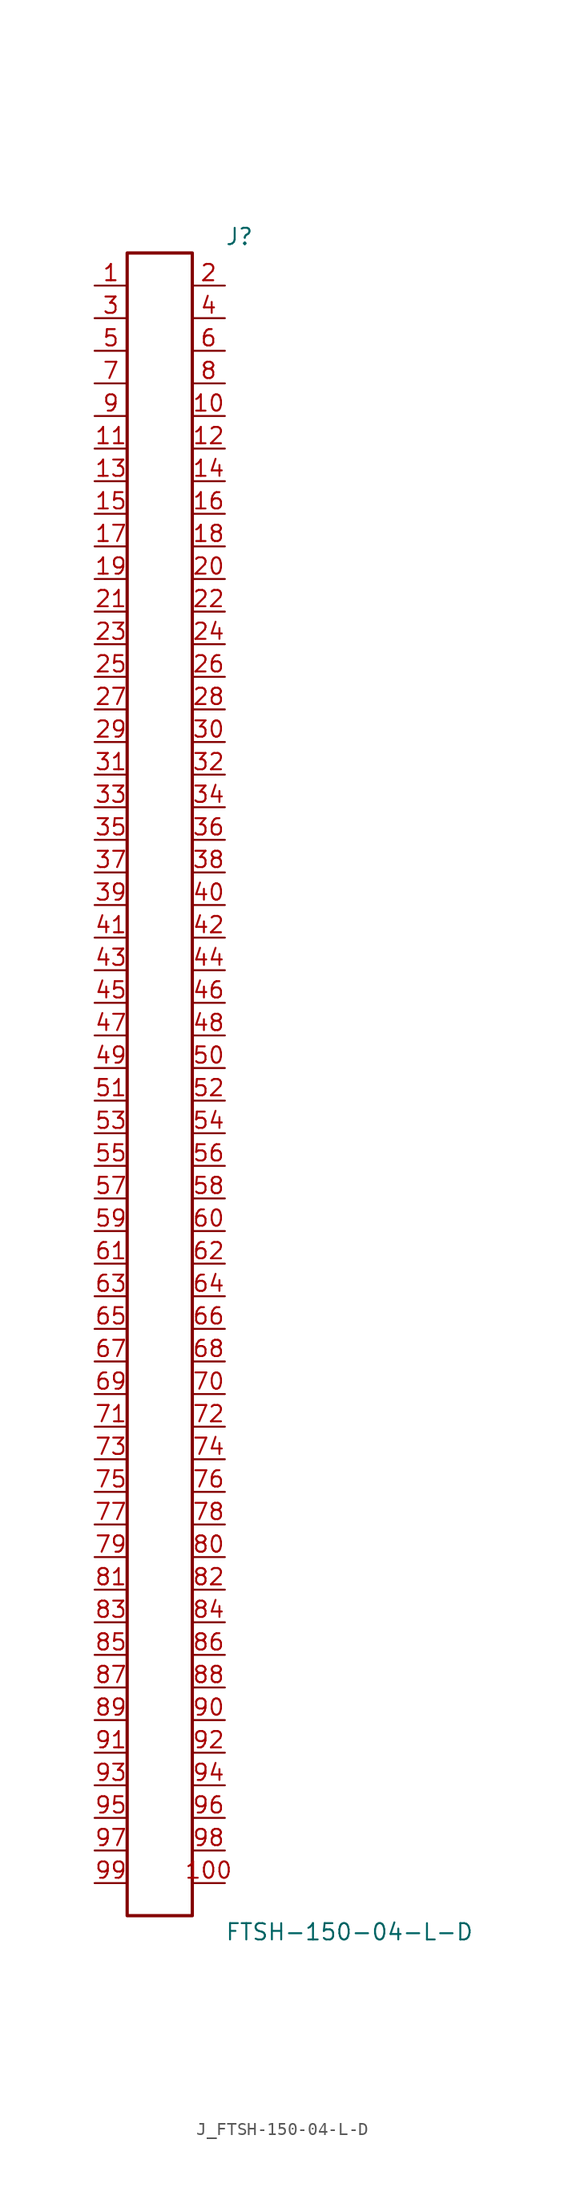
<source format=kicad_sym>
(kicad_symbol_lib
  (version 20231120)
  (generator kicad_symbol_editor)
  (generator_version 8.0)
  (symbol "J_FTSH-150-04-L-D"
    (pin_names
      (offset 0.254))
    (property "Reference" "J"
      (at 5.08 66.04 0)
      (effects (font (size 1.27 1.27)) (justify left)))
    (property "Value" "FTSH-150-04-L-D"
      (at 5.08 -66.04 0)
      (effects (font (size 1.27 1.27)) (justify left)))
    (symbol "J_FTSH-150-04-L-D_0_0"
      (pin passive line (at -5.08 62.23 0) (length 2.54) (name "" (effects (font (size 1.27 1.27)))) (number "1" (effects (font (size 1.27 1.27)))))
      (pin passive line (at 5.08 62.23 180) (length 2.54) (name "" (effects (font (size 1.27 1.27)))) (number "2" (effects (font (size 1.27 1.27)))))
      (pin passive line (at -5.08 59.69 0) (length 2.54) (name "" (effects (font (size 1.27 1.27)))) (number "3" (effects (font (size 1.27 1.27)))))
      (pin passive line (at 5.08 59.69 180) (length 2.54) (name "" (effects (font (size 1.27 1.27)))) (number "4" (effects (font (size 1.27 1.27)))))
      (pin passive line (at -5.08 57.15 0) (length 2.54) (name "" (effects (font (size 1.27 1.27)))) (number "5" (effects (font (size 1.27 1.27)))))
      (pin passive line (at 5.08 57.15 180) (length 2.54) (name "" (effects (font (size 1.27 1.27)))) (number "6" (effects (font (size 1.27 1.27)))))
      (pin passive line (at -5.08 54.61 0) (length 2.54) (name "" (effects (font (size 1.27 1.27)))) (number "7" (effects (font (size 1.27 1.27)))))
      (pin passive line (at 5.08 54.61 180) (length 2.54) (name "" (effects (font (size 1.27 1.27)))) (number "8" (effects (font (size 1.27 1.27)))))
      (pin passive line (at -5.08 52.07 0) (length 2.54) (name "" (effects (font (size 1.27 1.27)))) (number "9" (effects (font (size 1.27 1.27)))))
      (pin passive line (at 5.08 52.07 180) (length 2.54) (name "" (effects (font (size 1.27 1.27)))) (number "10" (effects (font (size 1.27 1.27)))))
      (pin passive line (at -5.08 49.53 0) (length 2.54) (name "" (effects (font (size 1.27 1.27)))) (number "11" (effects (font (size 1.27 1.27)))))
      (pin passive line (at 5.08 49.53 180) (length 2.54) (name "" (effects (font (size 1.27 1.27)))) (number "12" (effects (font (size 1.27 1.27)))))
      (pin passive line (at -5.08 46.99 0) (length 2.54) (name "" (effects (font (size 1.27 1.27)))) (number "13" (effects (font (size 1.27 1.27)))))
      (pin passive line (at 5.08 46.99 180) (length 2.54) (name "" (effects (font (size 1.27 1.27)))) (number "14" (effects (font (size 1.27 1.27)))))
      (pin passive line (at -5.08 44.45 0) (length 2.54) (name "" (effects (font (size 1.27 1.27)))) (number "15" (effects (font (size 1.27 1.27)))))
      (pin passive line (at 5.08 44.45 180) (length 2.54) (name "" (effects (font (size 1.27 1.27)))) (number "16" (effects (font (size 1.27 1.27)))))
      (pin passive line (at -5.08 41.91 0) (length 2.54) (name "" (effects (font (size 1.27 1.27)))) (number "17" (effects (font (size 1.27 1.27)))))
      (pin passive line (at 5.08 41.91 180) (length 2.54) (name "" (effects (font (size 1.27 1.27)))) (number "18" (effects (font (size 1.27 1.27)))))
      (pin passive line (at -5.08 39.37 0) (length 2.54) (name "" (effects (font (size 1.27 1.27)))) (number "19" (effects (font (size 1.27 1.27)))))
      (pin passive line (at 5.08 39.37 180) (length 2.54) (name "" (effects (font (size 1.27 1.27)))) (number "20" (effects (font (size 1.27 1.27)))))
      (pin passive line (at -5.08 36.83 0) (length 2.54) (name "" (effects (font (size 1.27 1.27)))) (number "21" (effects (font (size 1.27 1.27)))))
      (pin passive line (at 5.08 36.83 180) (length 2.54) (name "" (effects (font (size 1.27 1.27)))) (number "22" (effects (font (size 1.27 1.27)))))
      (pin passive line (at -5.08 34.29 0) (length 2.54) (name "" (effects (font (size 1.27 1.27)))) (number "23" (effects (font (size 1.27 1.27)))))
      (pin passive line (at 5.08 34.29 180) (length 2.54) (name "" (effects (font (size 1.27 1.27)))) (number "24" (effects (font (size 1.27 1.27)))))
      (pin passive line (at -5.08 31.75 0) (length 2.54) (name "" (effects (font (size 1.27 1.27)))) (number "25" (effects (font (size 1.27 1.27)))))
      (pin passive line (at 5.08 31.75 180) (length 2.54) (name "" (effects (font (size 1.27 1.27)))) (number "26" (effects (font (size 1.27 1.27)))))
      (pin passive line (at -5.08 29.21 0) (length 2.54) (name "" (effects (font (size 1.27 1.27)))) (number "27" (effects (font (size 1.27 1.27)))))
      (pin passive line (at 5.08 29.21 180) (length 2.54) (name "" (effects (font (size 1.27 1.27)))) (number "28" (effects (font (size 1.27 1.27)))))
      (pin passive line (at -5.08 26.67 0) (length 2.54) (name "" (effects (font (size 1.27 1.27)))) (number "29" (effects (font (size 1.27 1.27)))))
      (pin passive line (at 5.08 26.67 180) (length 2.54) (name "" (effects (font (size 1.27 1.27)))) (number "30" (effects (font (size 1.27 1.27)))))
      (pin passive line (at -5.08 24.13 0) (length 2.54) (name "" (effects (font (size 1.27 1.27)))) (number "31" (effects (font (size 1.27 1.27)))))
      (pin passive line (at 5.08 24.13 180) (length 2.54) (name "" (effects (font (size 1.27 1.27)))) (number "32" (effects (font (size 1.27 1.27)))))
      (pin passive line (at -5.08 21.59 0) (length 2.54) (name "" (effects (font (size 1.27 1.27)))) (number "33" (effects (font (size 1.27 1.27)))))
      (pin passive line (at 5.08 21.59 180) (length 2.54) (name "" (effects (font (size 1.27 1.27)))) (number "34" (effects (font (size 1.27 1.27)))))
      (pin passive line (at -5.08 19.05 0) (length 2.54) (name "" (effects (font (size 1.27 1.27)))) (number "35" (effects (font (size 1.27 1.27)))))
      (pin passive line (at 5.08 19.05 180) (length 2.54) (name "" (effects (font (size 1.27 1.27)))) (number "36" (effects (font (size 1.27 1.27)))))
      (pin passive line (at -5.08 16.51 0) (length 2.54) (name "" (effects (font (size 1.27 1.27)))) (number "37" (effects (font (size 1.27 1.27)))))
      (pin passive line (at 5.08 16.51 180) (length 2.54) (name "" (effects (font (size 1.27 1.27)))) (number "38" (effects (font (size 1.27 1.27)))))
      (pin passive line (at -5.08 13.97 0) (length 2.54) (name "" (effects (font (size 1.27 1.27)))) (number "39" (effects (font (size 1.27 1.27)))))
      (pin passive line (at 5.08 13.97 180) (length 2.54) (name "" (effects (font (size 1.27 1.27)))) (number "40" (effects (font (size 1.27 1.27)))))
      (pin passive line (at -5.08 11.43 0) (length 2.54) (name "" (effects (font (size 1.27 1.27)))) (number "41" (effects (font (size 1.27 1.27)))))
      (pin passive line (at 5.08 11.43 180) (length 2.54) (name "" (effects (font (size 1.27 1.27)))) (number "42" (effects (font (size 1.27 1.27)))))
      (pin passive line (at -5.08 8.89 0) (length 2.54) (name "" (effects (font (size 1.27 1.27)))) (number "43" (effects (font (size 1.27 1.27)))))
      (pin passive line (at 5.08 8.89 180) (length 2.54) (name "" (effects (font (size 1.27 1.27)))) (number "44" (effects (font (size 1.27 1.27)))))
      (pin passive line (at -5.08 6.35 0) (length 2.54) (name "" (effects (font (size 1.27 1.27)))) (number "45" (effects (font (size 1.27 1.27)))))
      (pin passive line (at 5.08 6.35 180) (length 2.54) (name "" (effects (font (size 1.27 1.27)))) (number "46" (effects (font (size 1.27 1.27)))))
      (pin passive line (at -5.08 3.81 0) (length 2.54) (name "" (effects (font (size 1.27 1.27)))) (number "47" (effects (font (size 1.27 1.27)))))
      (pin passive line (at 5.08 3.81 180) (length 2.54) (name "" (effects (font (size 1.27 1.27)))) (number "48" (effects (font (size 1.27 1.27)))))
      (pin passive line (at -5.08 1.27 0) (length 2.54) (name "" (effects (font (size 1.27 1.27)))) (number "49" (effects (font (size 1.27 1.27)))))
      (pin passive line (at 5.08 1.27 180) (length 2.54) (name "" (effects (font (size 1.27 1.27)))) (number "50" (effects (font (size 1.27 1.27)))))
      (pin passive line (at -5.08 -1.27 0) (length 2.54) (name "" (effects (font (size 1.27 1.27)))) (number "51" (effects (font (size 1.27 1.27)))))
      (pin passive line (at 5.08 -1.27 180) (length 2.54) (name "" (effects (font (size 1.27 1.27)))) (number "52" (effects (font (size 1.27 1.27)))))
      (pin passive line (at -5.08 -3.81 0) (length 2.54) (name "" (effects (font (size 1.27 1.27)))) (number "53" (effects (font (size 1.27 1.27)))))
      (pin passive line (at 5.08 -3.81 180) (length 2.54) (name "" (effects (font (size 1.27 1.27)))) (number "54" (effects (font (size 1.27 1.27)))))
      (pin passive line (at -5.08 -6.35 0) (length 2.54) (name "" (effects (font (size 1.27 1.27)))) (number "55" (effects (font (size 1.27 1.27)))))
      (pin passive line (at 5.08 -6.35 180) (length 2.54) (name "" (effects (font (size 1.27 1.27)))) (number "56" (effects (font (size 1.27 1.27)))))
      (pin passive line (at -5.08 -8.89 0) (length 2.54) (name "" (effects (font (size 1.27 1.27)))) (number "57" (effects (font (size 1.27 1.27)))))
      (pin passive line (at 5.08 -8.89 180) (length 2.54) (name "" (effects (font (size 1.27 1.27)))) (number "58" (effects (font (size 1.27 1.27)))))
      (pin passive line (at -5.08 -11.43 0) (length 2.54) (name "" (effects (font (size 1.27 1.27)))) (number "59" (effects (font (size 1.27 1.27)))))
      (pin passive line (at 5.08 -11.43 180) (length 2.54) (name "" (effects (font (size 1.27 1.27)))) (number "60" (effects (font (size 1.27 1.27)))))
      (pin passive line (at -5.08 -13.97 0) (length 2.54) (name "" (effects (font (size 1.27 1.27)))) (number "61" (effects (font (size 1.27 1.27)))))
      (pin passive line (at 5.08 -13.97 180) (length 2.54) (name "" (effects (font (size 1.27 1.27)))) (number "62" (effects (font (size 1.27 1.27)))))
      (pin passive line (at -5.08 -16.51 0) (length 2.54) (name "" (effects (font (size 1.27 1.27)))) (number "63" (effects (font (size 1.27 1.27)))))
      (pin passive line (at 5.08 -16.51 180) (length 2.54) (name "" (effects (font (size 1.27 1.27)))) (number "64" (effects (font (size 1.27 1.27)))))
      (pin passive line (at -5.08 -19.05 0) (length 2.54) (name "" (effects (font (size 1.27 1.27)))) (number "65" (effects (font (size 1.27 1.27)))))
      (pin passive line (at 5.08 -19.05 180) (length 2.54) (name "" (effects (font (size 1.27 1.27)))) (number "66" (effects (font (size 1.27 1.27)))))
      (pin passive line (at -5.08 -21.59 0) (length 2.54) (name "" (effects (font (size 1.27 1.27)))) (number "67" (effects (font (size 1.27 1.27)))))
      (pin passive line (at 5.08 -21.59 180) (length 2.54) (name "" (effects (font (size 1.27 1.27)))) (number "68" (effects (font (size 1.27 1.27)))))
      (pin passive line (at -5.08 -24.13 0) (length 2.54) (name "" (effects (font (size 1.27 1.27)))) (number "69" (effects (font (size 1.27 1.27)))))
      (pin passive line (at 5.08 -24.13 180) (length 2.54) (name "" (effects (font (size 1.27 1.27)))) (number "70" (effects (font (size 1.27 1.27)))))
      (pin passive line (at -5.08 -26.67 0) (length 2.54) (name "" (effects (font (size 1.27 1.27)))) (number "71" (effects (font (size 1.27 1.27)))))
      (pin passive line (at 5.08 -26.67 180) (length 2.54) (name "" (effects (font (size 1.27 1.27)))) (number "72" (effects (font (size 1.27 1.27)))))
      (pin passive line (at -5.08 -29.21 0) (length 2.54) (name "" (effects (font (size 1.27 1.27)))) (number "73" (effects (font (size 1.27 1.27)))))
      (pin passive line (at 5.08 -29.21 180) (length 2.54) (name "" (effects (font (size 1.27 1.27)))) (number "74" (effects (font (size 1.27 1.27)))))
      (pin passive line (at -5.08 -31.75 0) (length 2.54) (name "" (effects (font (size 1.27 1.27)))) (number "75" (effects (font (size 1.27 1.27)))))
      (pin passive line (at 5.08 -31.75 180) (length 2.54) (name "" (effects (font (size 1.27 1.27)))) (number "76" (effects (font (size 1.27 1.27)))))
      (pin passive line (at -5.08 -34.29 0) (length 2.54) (name "" (effects (font (size 1.27 1.27)))) (number "77" (effects (font (size 1.27 1.27)))))
      (pin passive line (at 5.08 -34.29 180) (length 2.54) (name "" (effects (font (size 1.27 1.27)))) (number "78" (effects (font (size 1.27 1.27)))))
      (pin passive line (at -5.08 -36.83 0) (length 2.54) (name "" (effects (font (size 1.27 1.27)))) (number "79" (effects (font (size 1.27 1.27)))))
      (pin passive line (at 5.08 -36.83 180) (length 2.54) (name "" (effects (font (size 1.27 1.27)))) (number "80" (effects (font (size 1.27 1.27)))))
      (pin passive line (at -5.08 -39.37 0) (length 2.54) (name "" (effects (font (size 1.27 1.27)))) (number "81" (effects (font (size 1.27 1.27)))))
      (pin passive line (at 5.08 -39.37 180) (length 2.54) (name "" (effects (font (size 1.27 1.27)))) (number "82" (effects (font (size 1.27 1.27)))))
      (pin passive line (at -5.08 -41.91 0) (length 2.54) (name "" (effects (font (size 1.27 1.27)))) (number "83" (effects (font (size 1.27 1.27)))))
      (pin passive line (at 5.08 -41.91 180) (length 2.54) (name "" (effects (font (size 1.27 1.27)))) (number "84" (effects (font (size 1.27 1.27)))))
      (pin passive line (at -5.08 -44.45 0) (length 2.54) (name "" (effects (font (size 1.27 1.27)))) (number "85" (effects (font (size 1.27 1.27)))))
      (pin passive line (at 5.08 -44.45 180) (length 2.54) (name "" (effects (font (size 1.27 1.27)))) (number "86" (effects (font (size 1.27 1.27)))))
      (pin passive line (at -5.08 -46.99 0) (length 2.54) (name "" (effects (font (size 1.27 1.27)))) (number "87" (effects (font (size 1.27 1.27)))))
      (pin passive line (at 5.08 -46.99 180) (length 2.54) (name "" (effects (font (size 1.27 1.27)))) (number "88" (effects (font (size 1.27 1.27)))))
      (pin passive line (at -5.08 -49.53 0) (length 2.54) (name "" (effects (font (size 1.27 1.27)))) (number "89" (effects (font (size 1.27 1.27)))))
      (pin passive line (at 5.08 -49.53 180) (length 2.54) (name "" (effects (font (size 1.27 1.27)))) (number "90" (effects (font (size 1.27 1.27)))))
      (pin passive line (at -5.08 -52.07 0) (length 2.54) (name "" (effects (font (size 1.27 1.27)))) (number "91" (effects (font (size 1.27 1.27)))))
      (pin passive line (at 5.08 -52.07 180) (length 2.54) (name "" (effects (font (size 1.27 1.27)))) (number "92" (effects (font (size 1.27 1.27)))))
      (pin passive line (at -5.08 -54.61 0) (length 2.54) (name "" (effects (font (size 1.27 1.27)))) (number "93" (effects (font (size 1.27 1.27)))))
      (pin passive line (at 5.08 -54.61 180) (length 2.54) (name "" (effects (font (size 1.27 1.27)))) (number "94" (effects (font (size 1.27 1.27)))))
      (pin passive line (at -5.08 -57.15 0) (length 2.54) (name "" (effects (font (size 1.27 1.27)))) (number "95" (effects (font (size 1.27 1.27)))))
      (pin passive line (at 5.08 -57.15 180) (length 2.54) (name "" (effects (font (size 1.27 1.27)))) (number "96" (effects (font (size 1.27 1.27)))))
      (pin passive line (at -5.08 -59.69 0) (length 2.54) (name "" (effects (font (size 1.27 1.27)))) (number "97" (effects (font (size 1.27 1.27)))))
      (pin passive line (at 5.08 -59.69 180) (length 2.54) (name "" (effects (font (size 1.27 1.27)))) (number "98" (effects (font (size 1.27 1.27)))))
      (pin passive line (at -5.08 -62.23 0) (length 2.54) (name "" (effects (font (size 1.27 1.27)))) (number "99" (effects (font (size 1.27 1.27)))))
      (pin passive line (at 5.08 -62.23 180) (length 2.54) (name "" (effects (font (size 1.27 1.27)))) (number "100" (effects (font (size 1.27 1.27))))))
    (symbol "J_FTSH-150-04-L-D_1_0"
      (rectangle (start -2.54 64.77) (end 2.54 -64.77) (stroke (width 0.254) (type solid)) (fill (type none))))))
</source>
